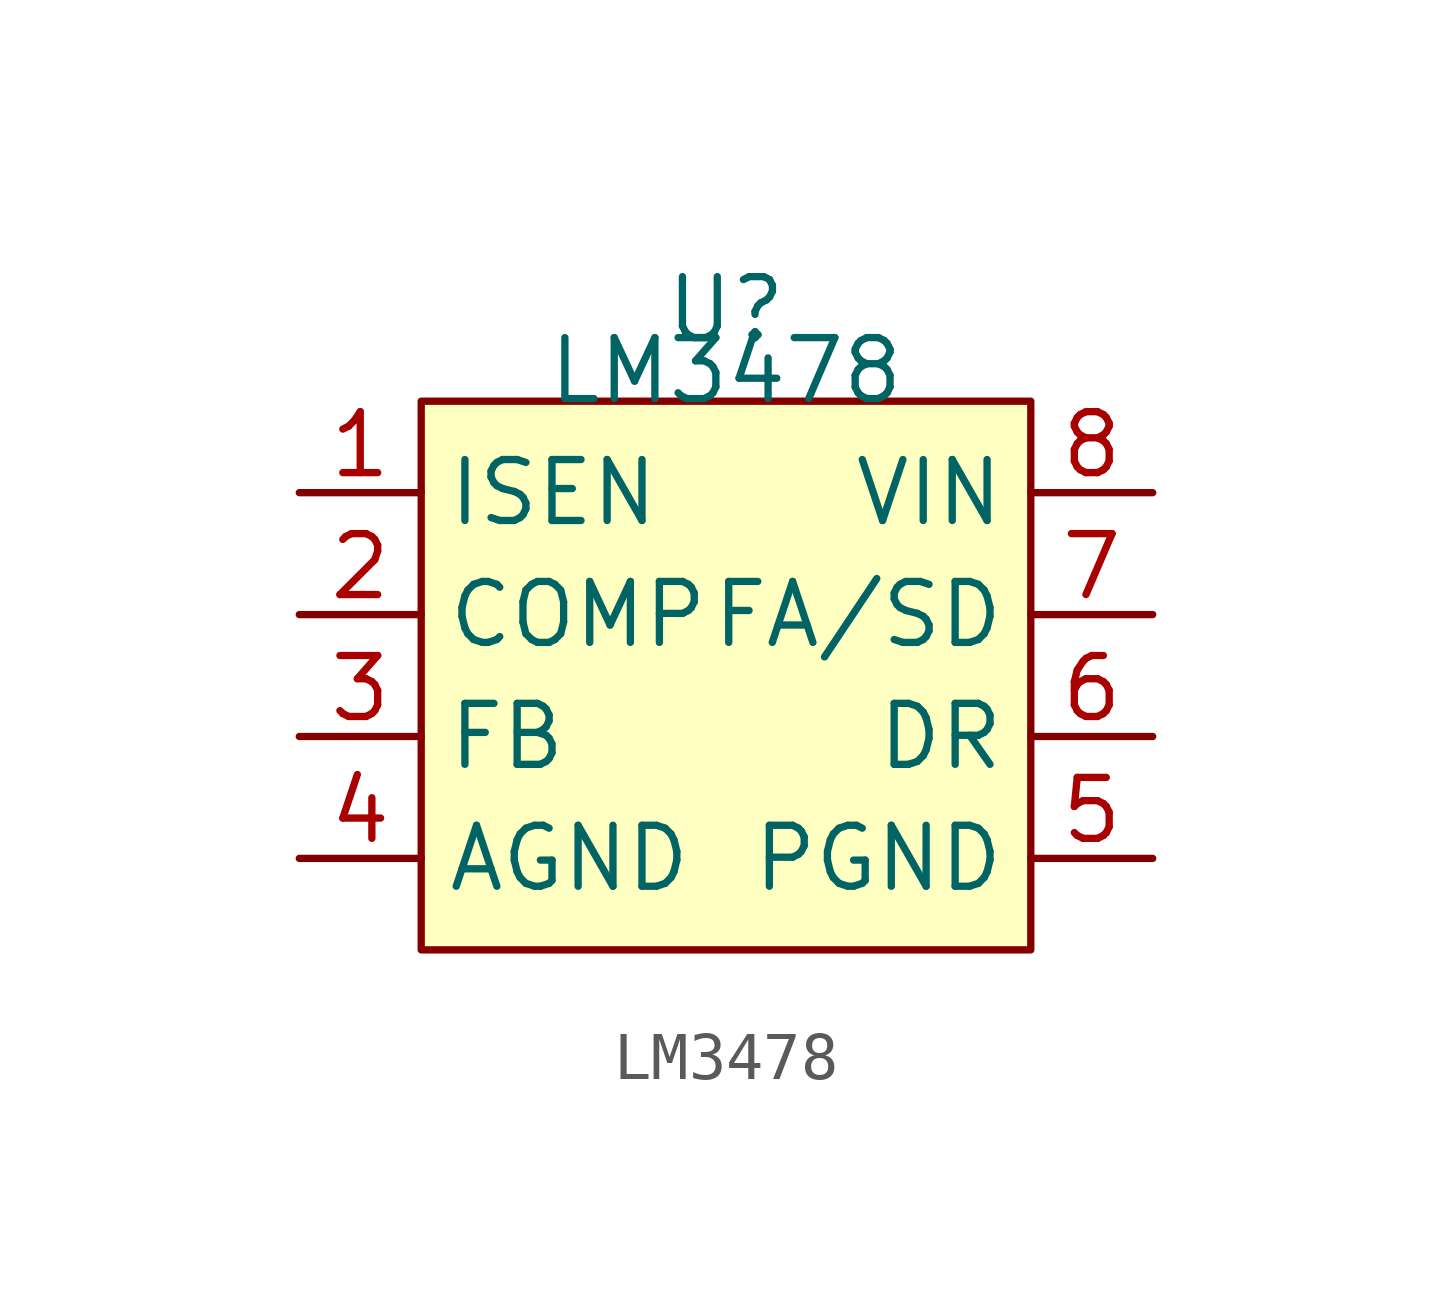
<source format=kicad_sym>
(kicad_symbol_lib
  (version 20220914)
  (generator kicad_symbol_editor)
  (symbol "LM3478"
    (property "Reference" "U"
      (at 0 1.905 0)
      (effects (font (size 1.27 1.27))))
    (property "Value" "LM3478"
      (at 0 0.635 0)
      (effects (font (size 1.27 1.27))))
    (property "Footprint" ""
      (at 0 1.27 0)
      (effects (font (size 1.27 1.27))))
    (property "Datasheet" ""
      (at 0 1.27 0)
      (effects (font (size 1.27 1.27))))
    (symbol "LM3478_0_1"
      (rectangle (start -6.35 0) (end 6.35 -11.43) (stroke (width 0) (type default)) (fill (type background))))
    (symbol "LM3478_1_1"
      (pin input line (at -8.89 -1.905 0) (length 2.54) (name "ISEN" (effects (font (size 1.27 1.27)))) (number "1" (effects (font (size 1.27 1.27)))))
      (pin input line (at -8.89 -4.445 0) (length 2.54) (name "COMP" (effects (font (size 1.27 1.27)))) (number "2" (effects (font (size 1.27 1.27)))))
      (pin input line (at -8.89 -6.985 0) (length 2.54) (name "FB" (effects (font (size 1.27 1.27)))) (number "3" (effects (font (size 1.27 1.27)))))
      (pin passive line (at -8.89 -9.525 0) (length 2.54) (name "AGND" (effects (font (size 1.27 1.27)))) (number "4" (effects (font (size 1.27 1.27)))))
      (pin passive line (at 8.89 -9.525 180) (length 2.54) (name "PGND" (effects (font (size 1.27 1.27)))) (number "5" (effects (font (size 1.27 1.27)))))
      (pin output line (at 8.89 -6.985 180) (length 2.54) (name "DR" (effects (font (size 1.27 1.27)))) (number "6" (effects (font (size 1.27 1.27)))))
      (pin input line (at 8.89 -4.445 180) (length 2.54) (name "FA/SD" (effects (font (size 1.27 1.27)))) (number "7" (effects (font (size 1.27 1.27)))))
      (pin passive line (at 8.89 -1.905 180) (length 2.54) (name "VIN" (effects (font (size 1.27 1.27)))) (number "8" (effects (font (size 1.27 1.27))))))))
</source>
